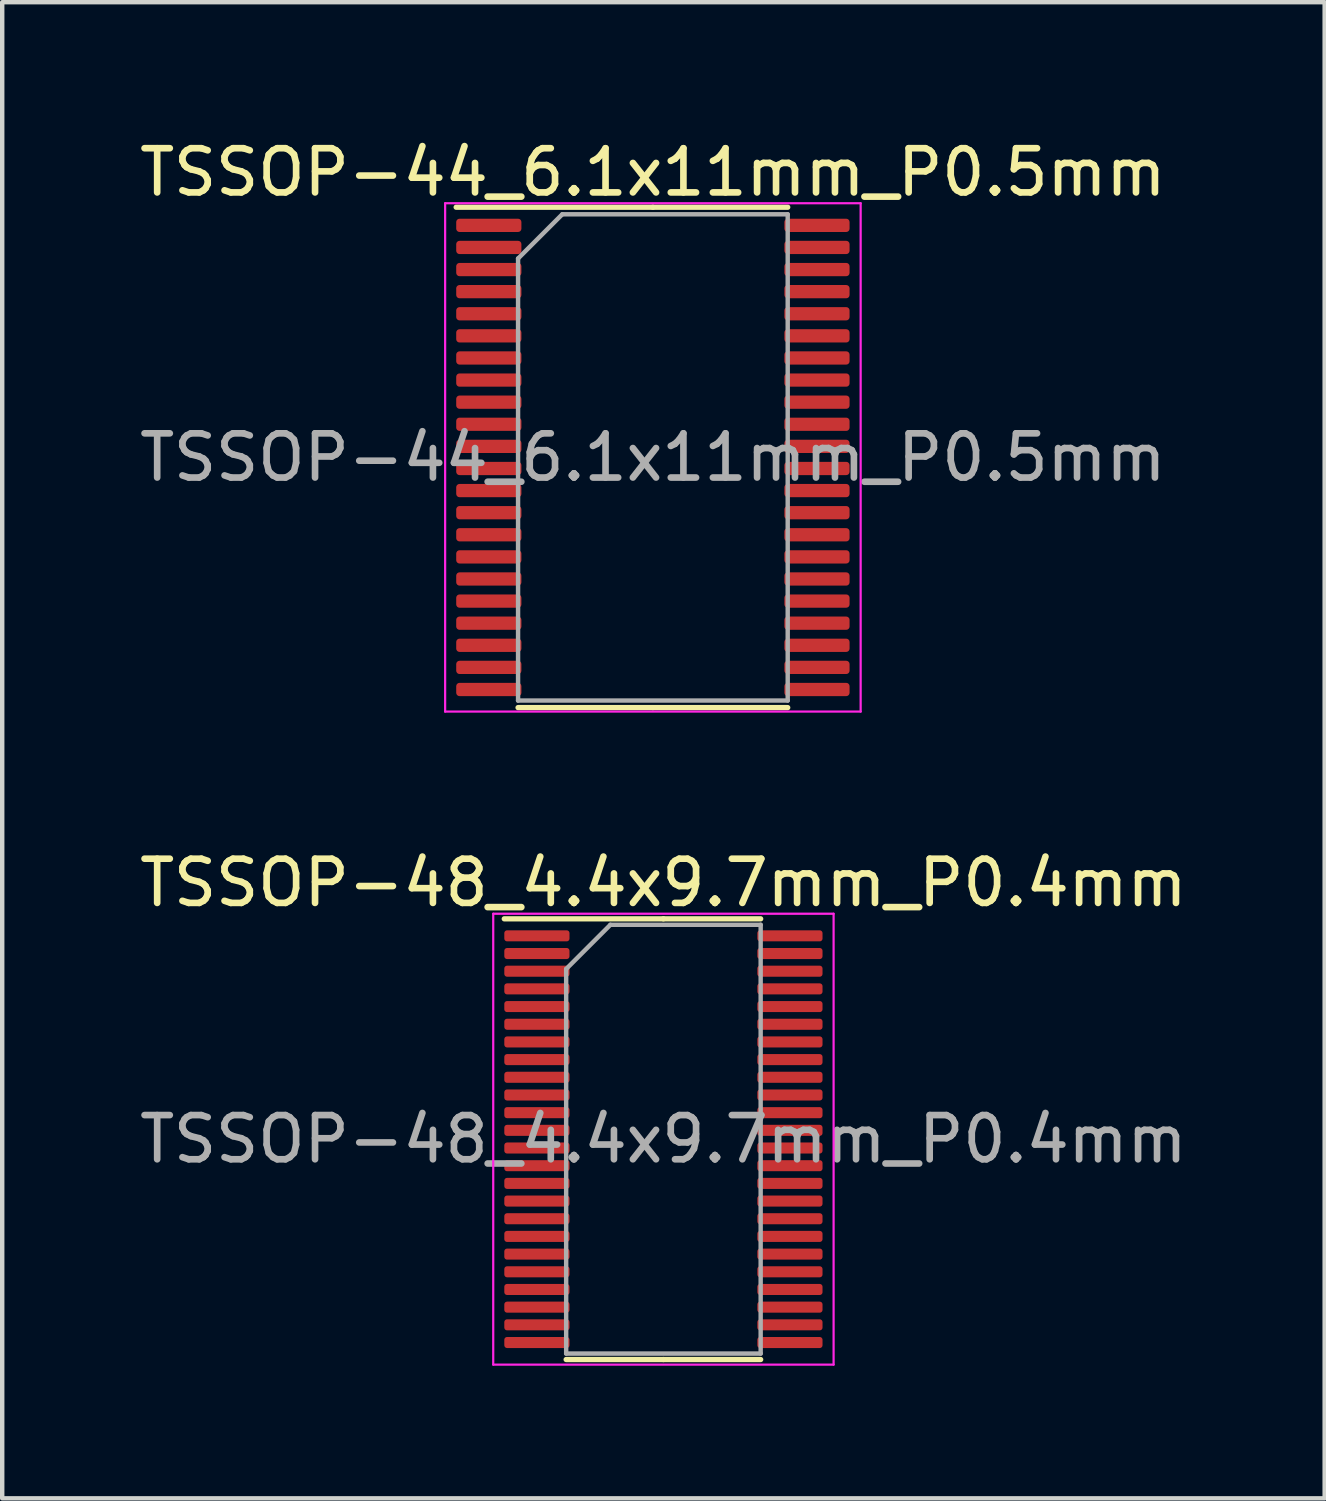
<source format=kicad_pcb>
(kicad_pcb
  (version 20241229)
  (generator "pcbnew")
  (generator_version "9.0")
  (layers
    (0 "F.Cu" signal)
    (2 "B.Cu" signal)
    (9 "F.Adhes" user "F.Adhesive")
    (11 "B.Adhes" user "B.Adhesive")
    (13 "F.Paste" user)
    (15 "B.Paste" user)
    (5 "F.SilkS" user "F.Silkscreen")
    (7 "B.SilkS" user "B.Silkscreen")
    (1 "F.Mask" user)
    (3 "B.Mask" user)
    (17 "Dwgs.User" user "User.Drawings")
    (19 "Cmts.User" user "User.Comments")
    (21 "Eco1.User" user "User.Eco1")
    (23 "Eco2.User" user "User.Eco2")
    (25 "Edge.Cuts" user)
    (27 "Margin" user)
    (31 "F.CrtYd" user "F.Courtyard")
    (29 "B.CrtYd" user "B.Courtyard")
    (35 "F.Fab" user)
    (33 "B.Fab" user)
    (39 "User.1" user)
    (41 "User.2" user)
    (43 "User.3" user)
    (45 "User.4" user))
  (footprint "TSSOP-48_4.4x9.7mm_P0.4mm"
    (layer "F.Cu")
    (at 11.958 22.721)
    (property "Reference" "TSSOP-48_4.4x9.7mm_P0.4mm" (at 0 -5.8 0) (layer "F.SilkS") (effects (font (size 1 1) (thickness 0.15))))
    (attr smd)
    (fp_line (start 0 -4.985) (end -3.6 -4.985) (stroke (width 0.12) (type solid)) (layer "F.SilkS"))
    (fp_line (start 0 -4.985) (end 2.2 -4.985) (stroke (width 0.12) (type solid)) (layer "F.SilkS"))
    (fp_line (start 0 4.985) (end -2.2 4.985) (stroke (width 0.12) (type solid)) (layer "F.SilkS"))
    (fp_line (start 0 4.985) (end 2.2 4.985) (stroke (width 0.12) (type solid)) (layer "F.SilkS"))
    (fp_line (start -3.85 -5.1) (end -3.85 5.1) (stroke (width 0.05) (type solid)) (layer "F.CrtYd"))
    (fp_line (start -3.85 5.1) (end 3.85 5.1) (stroke (width 0.05) (type solid)) (layer "F.CrtYd"))
    (fp_line (start 3.85 -5.1) (end -3.85 -5.1) (stroke (width 0.05) (type solid)) (layer "F.CrtYd"))
    (fp_line (start 3.85 5.1) (end 3.85 -5.1) (stroke (width 0.05) (type solid)) (layer "F.CrtYd"))
    (fp_line (start -2.2 -3.85) (end -1.2 -4.85) (stroke (width 0.1) (type solid)) (layer "F.Fab"))
    (fp_line (start -2.2 4.85) (end -2.2 -3.85) (stroke (width 0.1) (type solid)) (layer "F.Fab"))
    (fp_line (start -1.2 -4.85) (end 2.2 -4.85) (stroke (width 0.1) (type solid)) (layer "F.Fab"))
    (fp_line (start 2.2 -4.85) (end 2.2 4.85) (stroke (width 0.1) (type solid)) (layer "F.Fab"))
    (fp_line (start 2.2 4.85) (end -2.2 4.85) (stroke (width 0.1) (type solid)) (layer "F.Fab"))
    (fp_text user "${REFERENCE}" (at 0 0 0) (layer "F.Fab") (effects (font (size 1 1) (thickness 0.15))))
    (pad "1" smd roundrect (at -2.862 -4.6) (size 1.475 0.25) (layers "F.Cu" "F.Mask" "F.Paste") (roundrect_rratio 0.25))
    (pad "2" smd roundrect (at -2.862 -4.2) (size 1.475 0.25) (layers "F.Cu" "F.Mask" "F.Paste") (roundrect_rratio 0.25))
    (pad "3" smd roundrect (at -2.862 -3.8) (size 1.475 0.25) (layers "F.Cu" "F.Mask" "F.Paste") (roundrect_rratio 0.25))
    (pad "4" smd roundrect (at -2.862 -3.4) (size 1.475 0.25) (layers "F.Cu" "F.Mask" "F.Paste") (roundrect_rratio 0.25))
    (pad "5" smd roundrect (at -2.862 -3) (size 1.475 0.25) (layers "F.Cu" "F.Mask" "F.Paste") (roundrect_rratio 0.25))
    (pad "6" smd roundrect (at -2.862 -2.6) (size 1.475 0.25) (layers "F.Cu" "F.Mask" "F.Paste") (roundrect_rratio 0.25))
    (pad "7" smd roundrect (at -2.862 -2.2) (size 1.475 0.25) (layers "F.Cu" "F.Mask" "F.Paste") (roundrect_rratio 0.25))
    (pad "8" smd roundrect (at -2.862 -1.8) (size 1.475 0.25) (layers "F.Cu" "F.Mask" "F.Paste") (roundrect_rratio 0.25))
    (pad "9" smd roundrect (at -2.862 -1.4) (size 1.475 0.25) (layers "F.Cu" "F.Mask" "F.Paste") (roundrect_rratio 0.25))
    (pad "10" smd roundrect (at -2.862 -1) (size 1.475 0.25) (layers "F.Cu" "F.Mask" "F.Paste") (roundrect_rratio 0.25))
    (pad "11" smd roundrect (at -2.862 -0.6) (size 1.475 0.25) (layers "F.Cu" "F.Mask" "F.Paste") (roundrect_rratio 0.25))
    (pad "12" smd roundrect (at -2.862 -0.2) (size 1.475 0.25) (layers "F.Cu" "F.Mask" "F.Paste") (roundrect_rratio 0.25))
    (pad "13" smd roundrect (at -2.862 0.2) (size 1.475 0.25) (layers "F.Cu" "F.Mask" "F.Paste") (roundrect_rratio 0.25))
    (pad "14" smd roundrect (at -2.862 0.6) (size 1.475 0.25) (layers "F.Cu" "F.Mask" "F.Paste") (roundrect_rratio 0.25))
    (pad "15" smd roundrect (at -2.862 1) (size 1.475 0.25) (layers "F.Cu" "F.Mask" "F.Paste") (roundrect_rratio 0.25))
    (pad "16" smd roundrect (at -2.862 1.4) (size 1.475 0.25) (layers "F.Cu" "F.Mask" "F.Paste") (roundrect_rratio 0.25))
    (pad "17" smd roundrect (at -2.862 1.8) (size 1.475 0.25) (layers "F.Cu" "F.Mask" "F.Paste") (roundrect_rratio 0.25))
    (pad "18" smd roundrect (at -2.862 2.2) (size 1.475 0.25) (layers "F.Cu" "F.Mask" "F.Paste") (roundrect_rratio 0.25))
    (pad "19" smd roundrect (at -2.862 2.6) (size 1.475 0.25) (layers "F.Cu" "F.Mask" "F.Paste") (roundrect_rratio 0.25))
    (pad "20" smd roundrect (at -2.862 3) (size 1.475 0.25) (layers "F.Cu" "F.Mask" "F.Paste") (roundrect_rratio 0.25))
    (pad "21" smd roundrect (at -2.862 3.4) (size 1.475 0.25) (layers "F.Cu" "F.Mask" "F.Paste") (roundrect_rratio 0.25))
    (pad "22" smd roundrect (at -2.862 3.8) (size 1.475 0.25) (layers "F.Cu" "F.Mask" "F.Paste") (roundrect_rratio 0.25))
    (pad "23" smd roundrect (at -2.862 4.2) (size 1.475 0.25) (layers "F.Cu" "F.Mask" "F.Paste") (roundrect_rratio 0.25))
    (pad "24" smd roundrect (at -2.862 4.6) (size 1.475 0.25) (layers "F.Cu" "F.Mask" "F.Paste") (roundrect_rratio 0.25))
    (pad "25" smd roundrect (at 2.862 4.6) (size 1.475 0.25) (layers "F.Cu" "F.Mask" "F.Paste") (roundrect_rratio 0.25))
    (pad "26" smd roundrect (at 2.862 4.2) (size 1.475 0.25) (layers "F.Cu" "F.Mask" "F.Paste") (roundrect_rratio 0.25))
    (pad "27" smd roundrect (at 2.862 3.8) (size 1.475 0.25) (layers "F.Cu" "F.Mask" "F.Paste") (roundrect_rratio 0.25))
    (pad "28" smd roundrect (at 2.862 3.4) (size 1.475 0.25) (layers "F.Cu" "F.Mask" "F.Paste") (roundrect_rratio 0.25))
    (pad "29" smd roundrect (at 2.862 3) (size 1.475 0.25) (layers "F.Cu" "F.Mask" "F.Paste") (roundrect_rratio 0.25))
    (pad "30" smd roundrect (at 2.862 2.6) (size 1.475 0.25) (layers "F.Cu" "F.Mask" "F.Paste") (roundrect_rratio 0.25))
    (pad "31" smd roundrect (at 2.862 2.2) (size 1.475 0.25) (layers "F.Cu" "F.Mask" "F.Paste") (roundrect_rratio 0.25))
    (pad "32" smd roundrect (at 2.862 1.8) (size 1.475 0.25) (layers "F.Cu" "F.Mask" "F.Paste") (roundrect_rratio 0.25))
    (pad "33" smd roundrect (at 2.862 1.4) (size 1.475 0.25) (layers "F.Cu" "F.Mask" "F.Paste") (roundrect_rratio 0.25))
    (pad "34" smd roundrect (at 2.862 1) (size 1.475 0.25) (layers "F.Cu" "F.Mask" "F.Paste") (roundrect_rratio 0.25))
    (pad "35" smd roundrect (at 2.862 0.6) (size 1.475 0.25) (layers "F.Cu" "F.Mask" "F.Paste") (roundrect_rratio 0.25))
    (pad "36" smd roundrect (at 2.862 0.2) (size 1.475 0.25) (layers "F.Cu" "F.Mask" "F.Paste") (roundrect_rratio 0.25))
    (pad "37" smd roundrect (at 2.862 -0.2) (size 1.475 0.25) (layers "F.Cu" "F.Mask" "F.Paste") (roundrect_rratio 0.25))
    (pad "38" smd roundrect (at 2.862 -0.6) (size 1.475 0.25) (layers "F.Cu" "F.Mask" "F.Paste") (roundrect_rratio 0.25))
    (pad "39" smd roundrect (at 2.862 -1) (size 1.475 0.25) (layers "F.Cu" "F.Mask" "F.Paste") (roundrect_rratio 0.25))
    (pad "40" smd roundrect (at 2.862 -1.4) (size 1.475 0.25) (layers "F.Cu" "F.Mask" "F.Paste") (roundrect_rratio 0.25))
    (pad "41" smd roundrect (at 2.862 -1.8) (size 1.475 0.25) (layers "F.Cu" "F.Mask" "F.Paste") (roundrect_rratio 0.25))
    (pad "42" smd roundrect (at 2.862 -2.2) (size 1.475 0.25) (layers "F.Cu" "F.Mask" "F.Paste") (roundrect_rratio 0.25))
    (pad "43" smd roundrect (at 2.862 -2.6) (size 1.475 0.25) (layers "F.Cu" "F.Mask" "F.Paste") (roundrect_rratio 0.25))
    (pad "44" smd roundrect (at 2.862 -3) (size 1.475 0.25) (layers "F.Cu" "F.Mask" "F.Paste") (roundrect_rratio 0.25))
    (pad "45" smd roundrect (at 2.862 -3.4) (size 1.475 0.25) (layers "F.Cu" "F.Mask" "F.Paste") (roundrect_rratio 0.25))
    (pad "46" smd roundrect (at 2.862 -3.8) (size 1.475 0.25) (layers "F.Cu" "F.Mask" "F.Paste") (roundrect_rratio 0.25))
    (pad "47" smd roundrect (at 2.862 -4.2) (size 1.475 0.25) (layers "F.Cu" "F.Mask" "F.Paste") (roundrect_rratio 0.25))
    (pad "48" smd roundrect (at 2.862 -4.6) (size 1.475 0.25) (layers "F.Cu" "F.Mask" "F.Paste") (roundrect_rratio 0.25)))
  (footprint "TSSOP-44_6.1x11mm_P0.5mm"
    (layer "F.Cu")
    (at 11.72 7.298)
    (property "Reference" "TSSOP-44_6.1x11mm_P0.5mm" (at 0 -6.45 0) (layer "F.SilkS") (effects (font (size 1 1) (thickness 0.15))))
    (attr smd)
    (fp_line (start 0 -5.66) (end -4.45 -5.66) (stroke (width 0.12) (type solid)) (layer "F.SilkS"))
    (fp_line (start 0 -5.66) (end 3.05 -5.66) (stroke (width 0.12) (type solid)) (layer "F.SilkS"))
    (fp_line (start 0 5.66) (end -3.05 5.66) (stroke (width 0.12) (type solid)) (layer "F.SilkS"))
    (fp_line (start 0 5.66) (end 3.05 5.66) (stroke (width 0.12) (type solid)) (layer "F.SilkS"))
    (fp_line (start -4.7 -5.75) (end -4.7 5.75) (stroke (width 0.05) (type solid)) (layer "F.CrtYd"))
    (fp_line (start -4.7 5.75) (end 4.7 5.75) (stroke (width 0.05) (type solid)) (layer "F.CrtYd"))
    (fp_line (start 4.7 -5.75) (end -4.7 -5.75) (stroke (width 0.05) (type solid)) (layer "F.CrtYd"))
    (fp_line (start 4.7 5.75) (end 4.7 -5.75) (stroke (width 0.05) (type solid)) (layer "F.CrtYd"))
    (fp_line (start -3.05 -4.5) (end -2.05 -5.5) (stroke (width 0.1) (type solid)) (layer "F.Fab"))
    (fp_line (start -3.05 5.5) (end -3.05 -4.5) (stroke (width 0.1) (type solid)) (layer "F.Fab"))
    (fp_line (start -2.05 -5.5) (end 3.05 -5.5) (stroke (width 0.1) (type solid)) (layer "F.Fab"))
    (fp_line (start 3.05 -5.5) (end 3.05 5.5) (stroke (width 0.1) (type solid)) (layer "F.Fab"))
    (fp_line (start 3.05 5.5) (end -3.05 5.5) (stroke (width 0.1) (type solid)) (layer "F.Fab"))
    (fp_text user "${REFERENCE}" (at 0 0 0) (layer "F.Fab") (effects (font (size 1 1) (thickness 0.15))))
    (pad "1" smd roundrect (at -3.712 -5.25) (size 1.475 0.3) (layers "F.Cu" "F.Mask" "F.Paste") (roundrect_rratio 0.25))
    (pad "2" smd roundrect (at -3.712 -4.75) (size 1.475 0.3) (layers "F.Cu" "F.Mask" "F.Paste") (roundrect_rratio 0.25))
    (pad "3" smd roundrect (at -3.712 -4.25) (size 1.475 0.3) (layers "F.Cu" "F.Mask" "F.Paste") (roundrect_rratio 0.25))
    (pad "4" smd roundrect (at -3.712 -3.75) (size 1.475 0.3) (layers "F.Cu" "F.Mask" "F.Paste") (roundrect_rratio 0.25))
    (pad "5" smd roundrect (at -3.712 -3.25) (size 1.475 0.3) (layers "F.Cu" "F.Mask" "F.Paste") (roundrect_rratio 0.25))
    (pad "6" smd roundrect (at -3.712 -2.75) (size 1.475 0.3) (layers "F.Cu" "F.Mask" "F.Paste") (roundrect_rratio 0.25))
    (pad "7" smd roundrect (at -3.712 -2.25) (size 1.475 0.3) (layers "F.Cu" "F.Mask" "F.Paste") (roundrect_rratio 0.25))
    (pad "8" smd roundrect (at -3.712 -1.75) (size 1.475 0.3) (layers "F.Cu" "F.Mask" "F.Paste") (roundrect_rratio 0.25))
    (pad "9" smd roundrect (at -3.712 -1.25) (size 1.475 0.3) (layers "F.Cu" "F.Mask" "F.Paste") (roundrect_rratio 0.25))
    (pad "10" smd roundrect (at -3.712 -0.75) (size 1.475 0.3) (layers "F.Cu" "F.Mask" "F.Paste") (roundrect_rratio 0.25))
    (pad "11" smd roundrect (at -3.712 -0.25) (size 1.475 0.3) (layers "F.Cu" "F.Mask" "F.Paste") (roundrect_rratio 0.25))
    (pad "12" smd roundrect (at -3.712 0.25) (size 1.475 0.3) (layers "F.Cu" "F.Mask" "F.Paste") (roundrect_rratio 0.25))
    (pad "13" smd roundrect (at -3.712 0.75) (size 1.475 0.3) (layers "F.Cu" "F.Mask" "F.Paste") (roundrect_rratio 0.25))
    (pad "14" smd roundrect (at -3.712 1.25) (size 1.475 0.3) (layers "F.Cu" "F.Mask" "F.Paste") (roundrect_rratio 0.25))
    (pad "15" smd roundrect (at -3.712 1.75) (size 1.475 0.3) (layers "F.Cu" "F.Mask" "F.Paste") (roundrect_rratio 0.25))
    (pad "16" smd roundrect (at -3.712 2.25) (size 1.475 0.3) (layers "F.Cu" "F.Mask" "F.Paste") (roundrect_rratio 0.25))
    (pad "17" smd roundrect (at -3.712 2.75) (size 1.475 0.3) (layers "F.Cu" "F.Mask" "F.Paste") (roundrect_rratio 0.25))
    (pad "18" smd roundrect (at -3.712 3.25) (size 1.475 0.3) (layers "F.Cu" "F.Mask" "F.Paste") (roundrect_rratio 0.25))
    (pad "19" smd roundrect (at -3.712 3.75) (size 1.475 0.3) (layers "F.Cu" "F.Mask" "F.Paste") (roundrect_rratio 0.25))
    (pad "20" smd roundrect (at -3.712 4.25) (size 1.475 0.3) (layers "F.Cu" "F.Mask" "F.Paste") (roundrect_rratio 0.25))
    (pad "21" smd roundrect (at -3.712 4.75) (size 1.475 0.3) (layers "F.Cu" "F.Mask" "F.Paste") (roundrect_rratio 0.25))
    (pad "22" smd roundrect (at -3.712 5.25) (size 1.475 0.3) (layers "F.Cu" "F.Mask" "F.Paste") (roundrect_rratio 0.25))
    (pad "23" smd roundrect (at 3.712 5.25) (size 1.475 0.3) (layers "F.Cu" "F.Mask" "F.Paste") (roundrect_rratio 0.25))
    (pad "24" smd roundrect (at 3.712 4.75) (size 1.475 0.3) (layers "F.Cu" "F.Mask" "F.Paste") (roundrect_rratio 0.25))
    (pad "25" smd roundrect (at 3.712 4.25) (size 1.475 0.3) (layers "F.Cu" "F.Mask" "F.Paste") (roundrect_rratio 0.25))
    (pad "26" smd roundrect (at 3.712 3.75) (size 1.475 0.3) (layers "F.Cu" "F.Mask" "F.Paste") (roundrect_rratio 0.25))
    (pad "27" smd roundrect (at 3.712 3.25) (size 1.475 0.3) (layers "F.Cu" "F.Mask" "F.Paste") (roundrect_rratio 0.25))
    (pad "28" smd roundrect (at 3.712 2.75) (size 1.475 0.3) (layers "F.Cu" "F.Mask" "F.Paste") (roundrect_rratio 0.25))
    (pad "29" smd roundrect (at 3.712 2.25) (size 1.475 0.3) (layers "F.Cu" "F.Mask" "F.Paste") (roundrect_rratio 0.25))
    (pad "30" smd roundrect (at 3.712 1.75) (size 1.475 0.3) (layers "F.Cu" "F.Mask" "F.Paste") (roundrect_rratio 0.25))
    (pad "31" smd roundrect (at 3.712 1.25) (size 1.475 0.3) (layers "F.Cu" "F.Mask" "F.Paste") (roundrect_rratio 0.25))
    (pad "32" smd roundrect (at 3.712 0.75) (size 1.475 0.3) (layers "F.Cu" "F.Mask" "F.Paste") (roundrect_rratio 0.25))
    (pad "33" smd roundrect (at 3.712 0.25) (size 1.475 0.3) (layers "F.Cu" "F.Mask" "F.Paste") (roundrect_rratio 0.25))
    (pad "34" smd roundrect (at 3.712 -0.25) (size 1.475 0.3) (layers "F.Cu" "F.Mask" "F.Paste") (roundrect_rratio 0.25))
    (pad "35" smd roundrect (at 3.712 -0.75) (size 1.475 0.3) (layers "F.Cu" "F.Mask" "F.Paste") (roundrect_rratio 0.25))
    (pad "36" smd roundrect (at 3.712 -1.25) (size 1.475 0.3) (layers "F.Cu" "F.Mask" "F.Paste") (roundrect_rratio 0.25))
    (pad "37" smd roundrect (at 3.712 -1.75) (size 1.475 0.3) (layers "F.Cu" "F.Mask" "F.Paste") (roundrect_rratio 0.25))
    (pad "38" smd roundrect (at 3.712 -2.25) (size 1.475 0.3) (layers "F.Cu" "F.Mask" "F.Paste") (roundrect_rratio 0.25))
    (pad "39" smd roundrect (at 3.712 -2.75) (size 1.475 0.3) (layers "F.Cu" "F.Mask" "F.Paste") (roundrect_rratio 0.25))
    (pad "40" smd roundrect (at 3.712 -3.25) (size 1.475 0.3) (layers "F.Cu" "F.Mask" "F.Paste") (roundrect_rratio 0.25))
    (pad "41" smd roundrect (at 3.712 -3.75) (size 1.475 0.3) (layers "F.Cu" "F.Mask" "F.Paste") (roundrect_rratio 0.25))
    (pad "42" smd roundrect (at 3.712 -4.25) (size 1.475 0.3) (layers "F.Cu" "F.Mask" "F.Paste") (roundrect_rratio 0.25))
    (pad "43" smd roundrect (at 3.712 -4.75) (size 1.475 0.3) (layers "F.Cu" "F.Mask" "F.Paste") (roundrect_rratio 0.25))
    (pad "44" smd roundrect (at 3.712 -5.25) (size 1.475 0.3) (layers "F.Cu" "F.Mask" "F.Paste") (roundrect_rratio 0.25)))
  (gr_rect
    (start -3 -3)
    (end 26.917 30.846)
    (stroke (width 0.1) (type default))
    (fill no)
    (layer "Edge.Cuts")))
</source>
